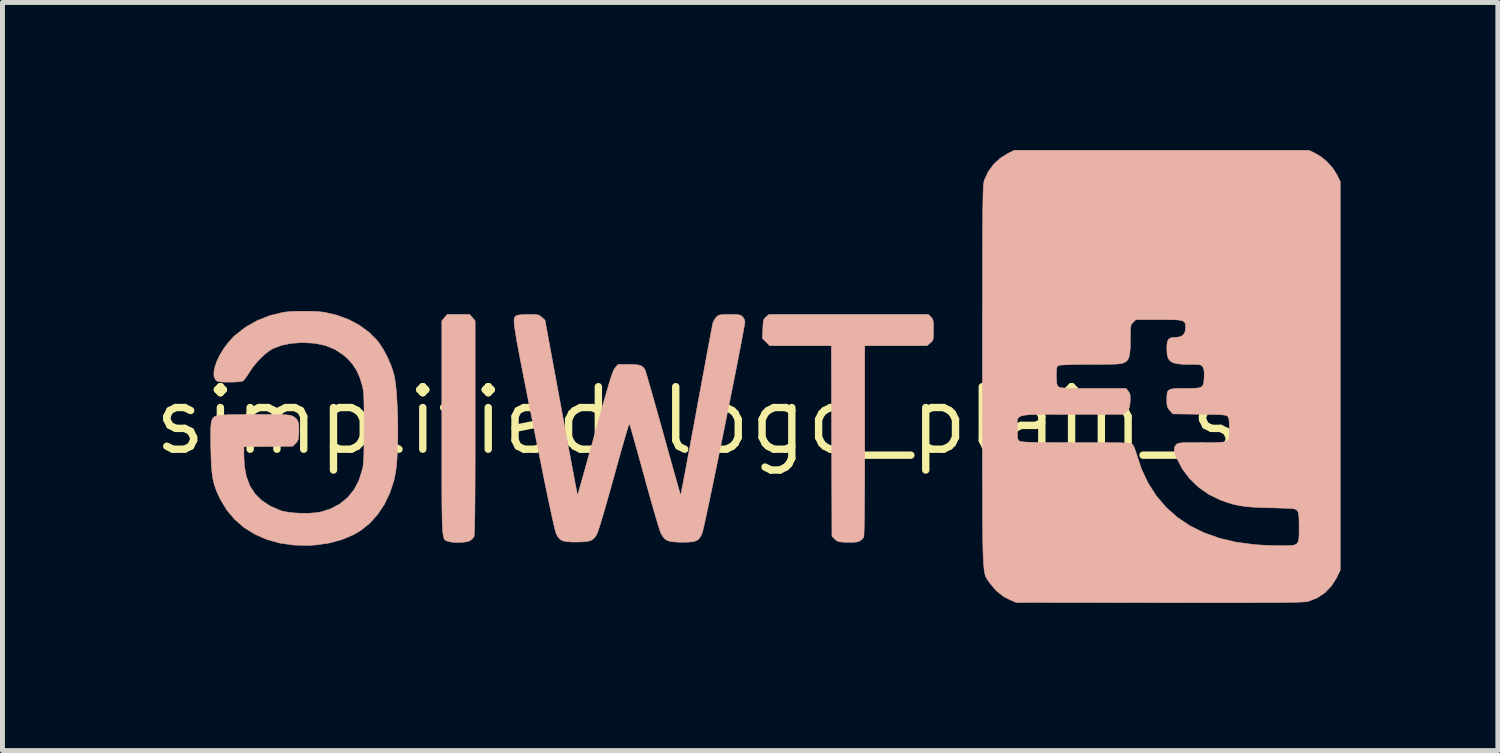
<source format=kicad_pcb>
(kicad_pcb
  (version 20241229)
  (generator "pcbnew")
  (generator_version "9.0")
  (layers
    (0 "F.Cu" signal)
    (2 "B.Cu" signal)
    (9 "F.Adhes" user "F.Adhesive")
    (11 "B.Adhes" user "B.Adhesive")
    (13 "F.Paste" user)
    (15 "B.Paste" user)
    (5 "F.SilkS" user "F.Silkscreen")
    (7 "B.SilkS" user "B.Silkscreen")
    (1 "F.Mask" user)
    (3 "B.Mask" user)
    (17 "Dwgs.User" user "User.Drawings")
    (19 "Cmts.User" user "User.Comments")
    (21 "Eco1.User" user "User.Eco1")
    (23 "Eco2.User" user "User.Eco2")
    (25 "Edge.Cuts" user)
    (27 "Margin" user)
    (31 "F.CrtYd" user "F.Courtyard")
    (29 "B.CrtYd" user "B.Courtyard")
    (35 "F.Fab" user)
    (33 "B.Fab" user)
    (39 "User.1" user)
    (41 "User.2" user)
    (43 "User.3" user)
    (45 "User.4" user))
  (footprint "simplified logo_plain_svg"
    (layer "F.Cu")
    (at 12.253 5.488)
    (property "Reference" "simplified logo_plain_svg" (at -0.06 0.01 0) (layer "F.SilkS") (effects (font (size 1.27 1.27) (thickness 0.15))))
    (attr through_hole)
    (fp_poly (pts (xy -6.271 -2.084) (xy -6.325 -2.019) (xy -6.325 0.15) (xy -6.325 0.509) (xy -6.325 0.828) (xy -6.325 1.11) (xy -6.325 1.356) (xy -6.324 1.57) (xy -6.323 1.753) (xy -6.32 1.908) (xy -6.318 2.038) (xy -6.314 2.145) (xy -6.309 2.231) (xy -6.303 2.298) (xy -6.295 2.35) (xy -6.286 2.388) (xy -6.275 2.414) (xy -6.263 2.432) (xy -6.248 2.444) (xy -6.232 2.451) (xy -6.214 2.457) (xy -6.196 2.463) (xy -6.121 2.479) (xy -6.026 2.485) (xy -5.924 2.483) (xy -5.832 2.473) (xy -5.765 2.455) (xy -5.762 2.453) (xy -5.709 2.415) (xy -5.672 2.369) (xy -5.672 2.368) (xy -5.668 2.345) (xy -5.664 2.295) (xy -5.661 2.217) (xy -5.658 2.11) (xy -5.655 1.971) (xy -5.653 1.799) (xy -5.651 1.593) (xy -5.65 1.352) (xy -5.649 1.074) (xy -5.648 0.757) (xy -5.648 0.4) (xy -5.648 0.148) (xy -5.648 -2.019) (xy -5.758 -2.149) (xy -6.216 -2.149) (xy -6.271 -2.084)) (stroke (width 0.01) (type solid)) (fill yes) (layer "B.SilkS"))
    (fp_poly (pts (xy 0.264 -2.098) (xy 0.236 -2.071) (xy 0.217 -2.041) (xy 0.207 -1.999) (xy 0.201 -1.934) (xy 0.197 -1.855) (xy 0.19 -1.662) (xy 0.338 -1.514) (xy 1.59 -1.514) (xy 1.596 0.422) (xy 1.602 2.359) (xy 1.66 2.417) (xy 1.691 2.445) (xy 1.723 2.463) (xy 1.768 2.473) (xy 1.835 2.479) (xy 1.914 2.481) (xy 2.024 2.482) (xy 2.101 2.476) (xy 2.153 2.461) (xy 2.167 2.455) (xy 2.216 2.418) (xy 2.247 2.382) (xy 2.251 2.352) (xy 2.255 2.28) (xy 2.258 2.167) (xy 2.261 2.011) (xy 2.263 1.814) (xy 2.265 1.576) (xy 2.267 1.296) (xy 2.268 0.976) (xy 2.268 0.614) (xy 2.268 0.414) (xy 2.268 -1.514) (xy 3.535 -1.514) (xy 3.6 -1.569) (xy 3.63 -1.595) (xy 3.649 -1.621) (xy 3.659 -1.655) (xy 3.664 -1.708) (xy 3.665 -1.789) (xy 3.665 -1.834) (xy 3.665 -1.932) (xy 3.661 -1.997) (xy 3.653 -2.04) (xy 3.637 -2.07) (xy 3.613 -2.097) (xy 3.561 -2.149) (xy 0.323 -2.149) (xy 0.264 -2.098)) (stroke (width 0.01) (type solid)) (fill yes) (layer "B.SilkS"))
    (fp_poly (pts (xy -9.239 -2.213) (xy -9.377 -2.208) (xy -9.493 -2.199) (xy -9.545 -2.192) (xy -9.82 -2.125) (xy -10.078 -2.023) (xy -10.313 -1.89) (xy -10.522 -1.727) (xy -10.555 -1.697) (xy -10.66 -1.583) (xy -10.753 -1.459) (xy -10.832 -1.331) (xy -10.894 -1.203) (xy -10.936 -1.083) (xy -10.957 -0.975) (xy -10.954 -0.886) (xy -10.924 -0.821) (xy -10.918 -0.816) (xy -10.895 -0.797) (xy -10.864 -0.784) (xy -10.816 -0.777) (xy -10.743 -0.774) (xy -10.642 -0.773) (xy -10.543 -0.775) (xy -10.457 -0.78) (xy -10.395 -0.787) (xy -10.37 -0.794) (xy -10.342 -0.821) (xy -10.301 -0.874) (xy -10.254 -0.945) (xy -10.241 -0.967) (xy -10.157 -1.09) (xy -10.055 -1.21) (xy -9.945 -1.319) (xy -9.836 -1.407) (xy -9.753 -1.457) (xy -9.581 -1.522) (xy -9.38 -1.562) (xy -9.156 -1.577) (xy -9.14 -1.577) (xy -8.9 -1.562) (xy -8.686 -1.516) (xy -8.496 -1.438) (xy -8.326 -1.326) (xy -8.239 -1.249) (xy -8.135 -1.133) (xy -8.054 -1.007) (xy -7.99 -0.861) (xy -7.95 -0.734) (xy -7.937 -0.687) (xy -7.928 -0.641) (xy -7.92 -0.591) (xy -7.914 -0.531) (xy -7.91 -0.455) (xy -7.907 -0.36) (xy -7.906 -0.239) (xy -7.905 -0.087) (xy -7.904 0.101) (xy -7.904 0.137) (xy -7.905 0.34) (xy -7.906 0.505) (xy -7.908 0.638) (xy -7.911 0.745) (xy -7.916 0.83) (xy -7.922 0.898) (xy -7.93 0.955) (xy -7.94 1.003) (xy -8.008 1.221) (xy -8.108 1.411) (xy -8.238 1.572) (xy -8.397 1.702) (xy -8.584 1.801) (xy -8.775 1.863) (xy -8.889 1.881) (xy -9.028 1.891) (xy -9.178 1.892) (xy -9.328 1.884) (xy -9.465 1.868) (xy -9.577 1.845) (xy -9.607 1.835) (xy -9.813 1.745) (xy -9.984 1.632) (xy -10.121 1.496) (xy -10.225 1.336) (xy -10.296 1.149) (xy -10.337 0.934) (xy -10.347 0.732) (xy -10.347 0.541) (xy -9.85 0.535) (xy -9.353 0.529) (xy -9.294 0.47) (xy -9.265 0.437) (xy -9.247 0.401) (xy -9.237 0.352) (xy -9.231 0.277) (xy -9.23 0.237) (xy -9.23 0.122) (xy -9.242 0.04) (xy -9.27 -0.017) (xy -9.317 -0.06) (xy -9.352 -0.08) (xy -9.377 -0.09) (xy -9.407 -0.098) (xy -9.448 -0.105) (xy -9.505 -0.11) (xy -9.582 -0.113) (xy -9.684 -0.115) (xy -9.816 -0.116) (xy -9.982 -0.117) (xy -10.114 -0.117) (xy -10.308 -0.116) (xy -10.481 -0.114) (xy -10.629 -0.111) (xy -10.747 -0.107) (xy -10.832 -0.101) (xy -10.879 -0.095) (xy -10.881 -0.095) (xy -10.924 -0.081) (xy -10.958 -0.062) (xy -10.983 -0.034) (xy -11.002 0.009) (xy -11.013 0.071) (xy -11.02 0.156) (xy -11.022 0.271) (xy -11.022 0.419) (xy -11.019 0.569) (xy -11.014 0.767) (xy -11.007 0.931) (xy -10.995 1.067) (xy -10.978 1.184) (xy -10.955 1.288) (xy -10.923 1.386) (xy -10.882 1.487) (xy -10.83 1.598) (xy -10.825 1.608) (xy -10.694 1.827) (xy -10.531 2.019) (xy -10.34 2.184) (xy -10.122 2.319) (xy -9.881 2.424) (xy -9.618 2.497) (xy -9.336 2.538) (xy -9.037 2.545) (xy -8.876 2.535) (xy -8.605 2.495) (xy -8.351 2.425) (xy -8.122 2.328) (xy -7.976 2.243) (xy -7.793 2.097) (xy -7.631 1.917) (xy -7.492 1.708) (xy -7.381 1.477) (xy -7.299 1.227) (xy -7.268 1.079) (xy -7.249 0.942) (xy -7.235 0.774) (xy -7.226 0.583) (xy -7.22 0.376) (xy -7.219 0.16) (xy -7.222 -0.057) (xy -7.23 -0.269) (xy -7.241 -0.468) (xy -7.255 -0.648) (xy -7.274 -0.801) (xy -7.296 -0.919) (xy -7.299 -0.932) (xy -7.353 -1.101) (xy -7.427 -1.274) (xy -7.514 -1.438) (xy -7.607 -1.579) (xy -7.636 -1.616) (xy -7.802 -1.783) (xy -7.999 -1.928) (xy -8.222 -2.047) (xy -8.466 -2.136) (xy -8.714 -2.193) (xy -8.816 -2.204) (xy -8.946 -2.211) (xy -9.091 -2.214) (xy -9.239 -2.213)) (stroke (width 0.01) (type solid)) (fill yes) (layer "B.SilkS"))
    (fp_poly (pts (xy -4.652 -2.147) (xy -4.731 -2.141) (xy -4.786 -2.133) (xy -4.8 -2.128) (xy -4.816 -2.12) (xy -4.83 -2.11) (xy -4.841 -2.098) (xy -4.85 -2.079) (xy -4.855 -2.053) (xy -4.857 -2.017) (xy -4.854 -1.968) (xy -4.848 -1.903) (xy -4.836 -1.821) (xy -4.82 -1.719) (xy -4.799 -1.595) (xy -4.771 -1.447) (xy -4.738 -1.271) (xy -4.698 -1.066) (xy -4.652 -0.829) (xy -4.598 -0.557) (xy -4.537 -0.25) (xy -4.468 0.097) (xy -4.463 0.121) (xy -4.383 0.52) (xy -4.311 0.878) (xy -4.247 1.195) (xy -4.19 1.472) (xy -4.14 1.708) (xy -4.098 1.906) (xy -4.063 2.064) (xy -4.035 2.184) (xy -4.014 2.266) (xy -4.001 2.309) (xy -3.999 2.314) (xy -3.962 2.377) (xy -3.921 2.422) (xy -3.869 2.451) (xy -3.796 2.467) (xy -3.696 2.475) (xy -3.596 2.476) (xy -3.463 2.473) (xy -3.365 2.463) (xy -3.293 2.443) (xy -3.24 2.408) (xy -3.199 2.357) (xy -3.168 2.302) (xy -3.153 2.262) (xy -3.128 2.186) (xy -3.094 2.077) (xy -3.053 1.94) (xy -3.006 1.78) (xy -2.955 1.6) (xy -2.899 1.404) (xy -2.842 1.198) (xy -2.822 1.127) (xy -2.766 0.923) (xy -2.712 0.731) (xy -2.663 0.557) (xy -2.619 0.404) (xy -2.581 0.275) (xy -2.551 0.174) (xy -2.529 0.105) (xy -2.516 0.071) (xy -2.514 0.069) (xy -2.506 0.092) (xy -2.488 0.151) (xy -2.461 0.244) (xy -2.427 0.366) (xy -2.385 0.514) (xy -2.338 0.683) (xy -2.286 0.869) (xy -2.231 1.07) (xy -2.211 1.142) (xy -2.154 1.35) (xy -2.099 1.547) (xy -2.047 1.731) (xy -1.999 1.896) (xy -1.957 2.038) (xy -1.922 2.154) (xy -1.895 2.238) (xy -1.878 2.287) (xy -1.875 2.294) (xy -1.831 2.368) (xy -1.785 2.42) (xy -1.726 2.452) (xy -1.646 2.47) (xy -1.535 2.478) (xy -1.493 2.48) (xy -1.394 2.48) (xy -1.303 2.477) (xy -1.233 2.471) (xy -1.208 2.467) (xy -1.147 2.446) (xy -1.103 2.414) (xy -1.066 2.361) (xy -1.033 2.291) (xy -1.024 2.257) (xy -1.007 2.186) (xy -0.983 2.079) (xy -0.953 1.942) (xy -0.918 1.777) (xy -0.878 1.588) (xy -0.834 1.378) (xy -0.787 1.151) (xy -0.737 0.91) (xy -0.686 0.658) (xy -0.633 0.4) (xy -0.58 0.138) (xy -0.528 -0.123) (xy -0.476 -0.381) (xy -0.426 -0.632) (xy -0.378 -0.873) (xy -0.333 -1.099) (xy -0.293 -1.308) (xy -0.256 -1.497) (xy -0.225 -1.661) (xy -0.2 -1.797) (xy -0.181 -1.902) (xy -0.169 -1.972) (xy -0.166 -2.002) (xy -0.181 -2.056) (xy -0.215 -2.103) (xy -0.242 -2.124) (xy -0.275 -2.138) (xy -0.323 -2.145) (xy -0.397 -2.148) (xy -0.476 -2.149) (xy -0.575 -2.148) (xy -0.641 -2.144) (xy -0.685 -2.136) (xy -0.716 -2.121) (xy -0.743 -2.099) (xy -0.788 -2.041) (xy -0.817 -1.977) (xy -0.823 -1.945) (xy -0.837 -1.876) (xy -0.857 -1.771) (xy -0.883 -1.634) (xy -0.914 -1.468) (xy -0.95 -1.277) (xy -0.989 -1.063) (xy -1.032 -0.831) (xy -1.078 -0.583) (xy -1.126 -0.323) (xy -1.151 -0.187) (xy -1.199 0.076) (xy -1.246 0.327) (xy -1.289 0.563) (xy -1.33 0.779) (xy -1.366 0.975) (xy -1.398 1.145) (xy -1.425 1.288) (xy -1.447 1.4) (xy -1.462 1.478) (xy -1.471 1.52) (xy -1.473 1.525) (xy -1.479 1.504) (xy -1.496 1.446) (xy -1.522 1.354) (xy -1.557 1.232) (xy -1.599 1.083) (xy -1.647 0.911) (xy -1.701 0.719) (xy -1.759 0.511) (xy -1.82 0.29) (xy -1.826 0.269) (xy -1.888 0.046) (xy -1.948 -0.166) (xy -2.003 -0.363) (xy -2.054 -0.541) (xy -2.098 -0.697) (xy -2.136 -0.827) (xy -2.165 -0.927) (xy -2.186 -0.994) (xy -2.196 -1.024) (xy -2.196 -1.024) (xy -2.228 -1.071) (xy -2.27 -1.102) (xy -2.331 -1.121) (xy -2.418 -1.131) (xy -2.528 -1.133) (xy -2.744 -1.133) (xy -2.804 -1.064) (xy -2.818 -1.045) (xy -2.833 -1.017) (xy -2.85 -0.977) (xy -2.87 -0.923) (xy -2.894 -0.851) (xy -2.923 -0.757) (xy -2.958 -0.64) (xy -3 -0.496) (xy -3.05 -0.321) (xy -3.108 -0.113) (xy -3.176 0.131) (xy -3.214 0.268) (xy -3.275 0.491) (xy -3.334 0.701) (xy -3.388 0.895) (xy -3.437 1.069) (xy -3.479 1.22) (xy -3.515 1.345) (xy -3.542 1.439) (xy -3.56 1.501) (xy -3.568 1.525) (xy -3.568 1.525) (xy -3.573 1.504) (xy -3.584 1.444) (xy -3.603 1.349) (xy -3.627 1.221) (xy -3.656 1.064) (xy -3.691 0.88) (xy -3.729 0.673) (xy -3.772 0.445) (xy -3.817 0.2) (xy -3.865 -0.06) (xy -3.901 -0.256) (xy -4.229 -2.033) (xy -4.293 -2.091) (xy -4.326 -2.118) (xy -4.358 -2.135) (xy -4.401 -2.144) (xy -4.465 -2.148) (xy -4.56 -2.149) (xy -4.652 -2.147)) (stroke (width 0.01) (type solid)) (fill yes) (layer "B.SilkS"))
    (fp_poly (pts (xy 5.179 -5.421) (xy 5.02 -5.322) (xy 4.883 -5.194) (xy 4.775 -5.045) (xy 4.701 -4.882) (xy 4.694 -4.86) (xy 4.69 -4.842) (xy 4.686 -4.819) (xy 4.682 -4.788) (xy 4.679 -4.747) (xy 4.676 -4.694) (xy 4.674 -4.629) (xy 4.672 -4.548) (xy 4.67 -4.449) (xy 4.668 -4.332) (xy 4.666 -4.195) (xy 4.665 -4.034) (xy 4.664 -3.85) (xy 4.663 -3.639) (xy 4.662 -3.4) (xy 4.661 -3.131) (xy 4.661 -2.831) (xy 4.661 -2.497) (xy 4.66 -2.127) (xy 4.66 -1.721) (xy 4.66 -1.275) (xy 4.66 -0.89) (xy 4.66 -0.408) (xy 4.66 0.034) (xy 4.66 0.437) (xy 4.66 0.803) (xy 4.66 1.135) (xy 4.661 1.433) (xy 4.661 1.7) (xy 4.662 1.938) (xy 4.664 2.148) (xy 4.666 2.333) (xy 4.668 2.494) (xy 4.671 2.633) (xy 4.675 2.752) (xy 4.68 2.853) (xy 4.685 2.938) (xy 4.692 3.008) (xy 4.699 3.066) (xy 4.708 3.113) (xy 4.717 3.151) (xy 4.728 3.182) (xy 4.74 3.208) (xy 4.753 3.23) (xy 4.768 3.252) (xy 4.784 3.273) (xy 4.801 3.297) (xy 4.814 3.316) (xy 4.94 3.465) (xy 5.093 3.585) (xy 5.232 3.656) (xy 5.348 3.704) (xy 8.258 3.708) (xy 8.675 3.708) (xy 9.051 3.709) (xy 9.389 3.709) (xy 9.69 3.709) (xy 9.958 3.709) (xy 10.194 3.708) (xy 10.4 3.707) (xy 10.578 3.706) (xy 10.731 3.705) (xy 10.86 3.703) (xy 10.968 3.701) (xy 11.056 3.699) (xy 11.127 3.696) (xy 11.183 3.693) (xy 11.226 3.69) (xy 11.258 3.686) (xy 11.281 3.682) (xy 11.285 3.68) (xy 11.462 3.612) (xy 11.618 3.507) (xy 11.751 3.369) (xy 11.857 3.202) (xy 11.865 3.185) (xy 11.931 3.047) (xy 11.931 2.171) (xy 11.095 2.171) (xy 11.095 2.306) (xy 11.09 2.404) (xy 11.076 2.472) (xy 11.046 2.515) (xy 10.994 2.538) (xy 10.916 2.548) (xy 10.804 2.55) (xy 10.719 2.55) (xy 10.583 2.548) (xy 10.434 2.543) (xy 10.292 2.536) (xy 10.186 2.528) (xy 9.815 2.479) (xy 9.473 2.398) (xy 9.159 2.286) (xy 8.873 2.144) (xy 8.617 1.972) (xy 8.39 1.769) (xy 8.193 1.538) (xy 8.026 1.277) (xy 7.889 0.987) (xy 7.784 0.668) (xy 7.782 0.66) (xy 7.751 0.567) (xy 7.718 0.504) (xy 7.7 0.485) (xy 7.685 0.478) (xy 7.657 0.472) (xy 7.615 0.467) (xy 7.555 0.464) (xy 7.473 0.46) (xy 7.366 0.458) (xy 7.231 0.456) (xy 7.064 0.455) (xy 6.862 0.455) (xy 6.622 0.455) (xy 6.554 0.455) (xy 6.303 0.454) (xy 6.092 0.454) (xy 5.916 0.453) (xy 5.772 0.451) (xy 5.658 0.449) (xy 5.57 0.446) (xy 5.505 0.442) (xy 5.459 0.438) (xy 5.429 0.432) (xy 5.412 0.426) (xy 5.41 0.424) (xy 5.391 0.406) (xy 5.379 0.377) (xy 5.372 0.329) (xy 5.37 0.254) (xy 5.369 0.183) (xy 5.368 0.117) (xy 5.366 0.061) (xy 5.368 0.015) (xy 5.376 -0.023) (xy 5.393 -0.053) (xy 5.424 -0.076) (xy 5.471 -0.092) (xy 5.537 -0.104) (xy 5.627 -0.112) (xy 5.743 -0.116) (xy 5.888 -0.118) (xy 6.067 -0.118) (xy 6.281 -0.117) (xy 6.483 -0.117) (xy 7.517 -0.117) (xy 7.585 -0.178) (xy 7.622 -0.215) (xy 7.644 -0.252) (xy 7.655 -0.303) (xy 7.662 -0.383) (xy 7.662 -0.384) (xy 7.664 -0.467) (xy 7.659 -0.521) (xy 7.643 -0.561) (xy 7.624 -0.588) (xy 7.578 -0.646) (xy 6.909 -0.646) (xy 6.721 -0.646) (xy 6.57 -0.647) (xy 6.453 -0.649) (xy 6.365 -0.651) (xy 6.301 -0.655) (xy 6.256 -0.66) (xy 6.227 -0.667) (xy 6.209 -0.676) (xy 6.202 -0.681) (xy 6.182 -0.706) (xy 6.171 -0.744) (xy 6.165 -0.805) (xy 6.163 -0.898) (xy 6.163 -0.903) (xy 6.164 -0.994) (xy 6.169 -1.052) (xy 6.178 -1.087) (xy 6.195 -1.106) (xy 6.204 -1.111) (xy 6.238 -1.118) (xy 6.312 -1.124) (xy 6.422 -1.128) (xy 6.566 -1.131) (xy 6.739 -1.133) (xy 6.85 -1.133) (xy 7.037 -1.133) (xy 7.186 -1.135) (xy 7.301 -1.137) (xy 7.389 -1.141) (xy 7.453 -1.147) (xy 7.498 -1.154) (xy 7.529 -1.164) (xy 7.53 -1.164) (xy 7.578 -1.19) (xy 7.614 -1.228) (xy 7.638 -1.282) (xy 7.654 -1.359) (xy 7.663 -1.465) (xy 7.666 -1.605) (xy 7.666 -1.637) (xy 7.666 -1.754) (xy 7.668 -1.837) (xy 7.672 -1.893) (xy 7.68 -1.93) (xy 7.693 -1.956) (xy 7.713 -1.979) (xy 7.722 -1.987) (xy 7.777 -2.043) (xy 8.244 -2.043) (xy 8.409 -2.043) (xy 8.537 -2.041) (xy 8.633 -2.036) (xy 8.7 -2.026) (xy 8.744 -2.011) (xy 8.77 -1.987) (xy 8.783 -1.954) (xy 8.787 -1.911) (xy 8.788 -1.872) (xy 8.774 -1.783) (xy 8.73 -1.722) (xy 8.655 -1.69) (xy 8.58 -1.683) (xy 8.503 -1.677) (xy 8.452 -1.655) (xy 8.423 -1.61) (xy 8.409 -1.535) (xy 8.407 -1.452) (xy 8.412 -1.346) (xy 8.431 -1.265) (xy 8.469 -1.207) (xy 8.53 -1.169) (xy 8.62 -1.146) (xy 8.743 -1.135) (xy 8.861 -1.133) (xy 8.966 -1.133) (xy 9.036 -1.13) (xy 9.081 -1.125) (xy 9.109 -1.114) (xy 9.127 -1.097) (xy 9.139 -1.08) (xy 9.158 -1.039) (xy 9.166 -0.98) (xy 9.166 -0.895) (xy 9.165 -0.867) (xy 9.16 -0.788) (xy 9.15 -0.73) (xy 9.129 -0.691) (xy 9.091 -0.666) (xy 9.03 -0.653) (xy 8.941 -0.647) (xy 8.816 -0.646) (xy 8.78 -0.646) (xy 8.646 -0.645) (xy 8.549 -0.641) (xy 8.482 -0.629) (xy 8.441 -0.606) (xy 8.418 -0.569) (xy 8.409 -0.514) (xy 8.407 -0.438) (xy 8.407 -0.421) (xy 8.408 -0.338) (xy 8.416 -0.283) (xy 8.432 -0.243) (xy 8.462 -0.204) (xy 8.468 -0.197) (xy 8.53 -0.128) (xy 9.066 -0.121) (xy 9.234 -0.119) (xy 9.365 -0.116) (xy 9.464 -0.113) (xy 9.535 -0.108) (xy 9.585 -0.102) (xy 9.616 -0.094) (xy 9.636 -0.084) (xy 9.639 -0.081) (xy 9.657 -0.058) (xy 9.668 -0.022) (xy 9.674 0.036) (xy 9.677 0.123) (xy 9.677 0.165) (xy 9.677 0.253) (xy 9.675 0.32) (xy 9.666 0.371) (xy 9.645 0.407) (xy 9.608 0.431) (xy 9.549 0.445) (xy 9.464 0.452) (xy 9.348 0.455) (xy 9.196 0.455) (xy 9.123 0.455) (xy 8.967 0.455) (xy 8.848 0.456) (xy 8.76 0.458) (xy 8.698 0.461) (xy 8.656 0.467) (xy 8.628 0.475) (xy 8.609 0.486) (xy 8.597 0.497) (xy 8.564 0.548) (xy 8.558 0.614) (xy 8.579 0.702) (xy 8.601 0.757) (xy 8.718 0.984) (xy 8.87 1.186) (xy 9.052 1.362) (xy 9.261 1.508) (xy 9.495 1.622) (xy 9.518 1.63) (xy 9.645 1.675) (xy 9.764 1.71) (xy 9.885 1.736) (xy 10.015 1.755) (xy 10.164 1.768) (xy 10.341 1.776) (xy 10.481 1.78) (xy 10.618 1.783) (xy 10.743 1.787) (xy 10.849 1.791) (xy 10.929 1.795) (xy 10.975 1.799) (xy 10.982 1.8) (xy 11.024 1.812) (xy 11.054 1.832) (xy 11.074 1.868) (xy 11.087 1.924) (xy 11.093 2.008) (xy 11.095 2.126) (xy 11.095 2.171) (xy 11.931 2.171) (xy 11.931 -4.848) (xy 11.863 -4.987) (xy 11.78 -5.119) (xy 11.669 -5.245) (xy 11.541 -5.352) (xy 11.418 -5.425) (xy 11.296 -5.483) (xy 5.306 -5.483) (xy 5.179 -5.421)) (stroke (width 0.01) (type solid)) (fill yes) (layer "B.SilkS")))
  (gr_rect
    (start -3 -3)
    (end 27.386 12.202)
    (stroke (width 0.1) (type default))
    (fill no)
    (layer "Edge.Cuts")))
</source>
